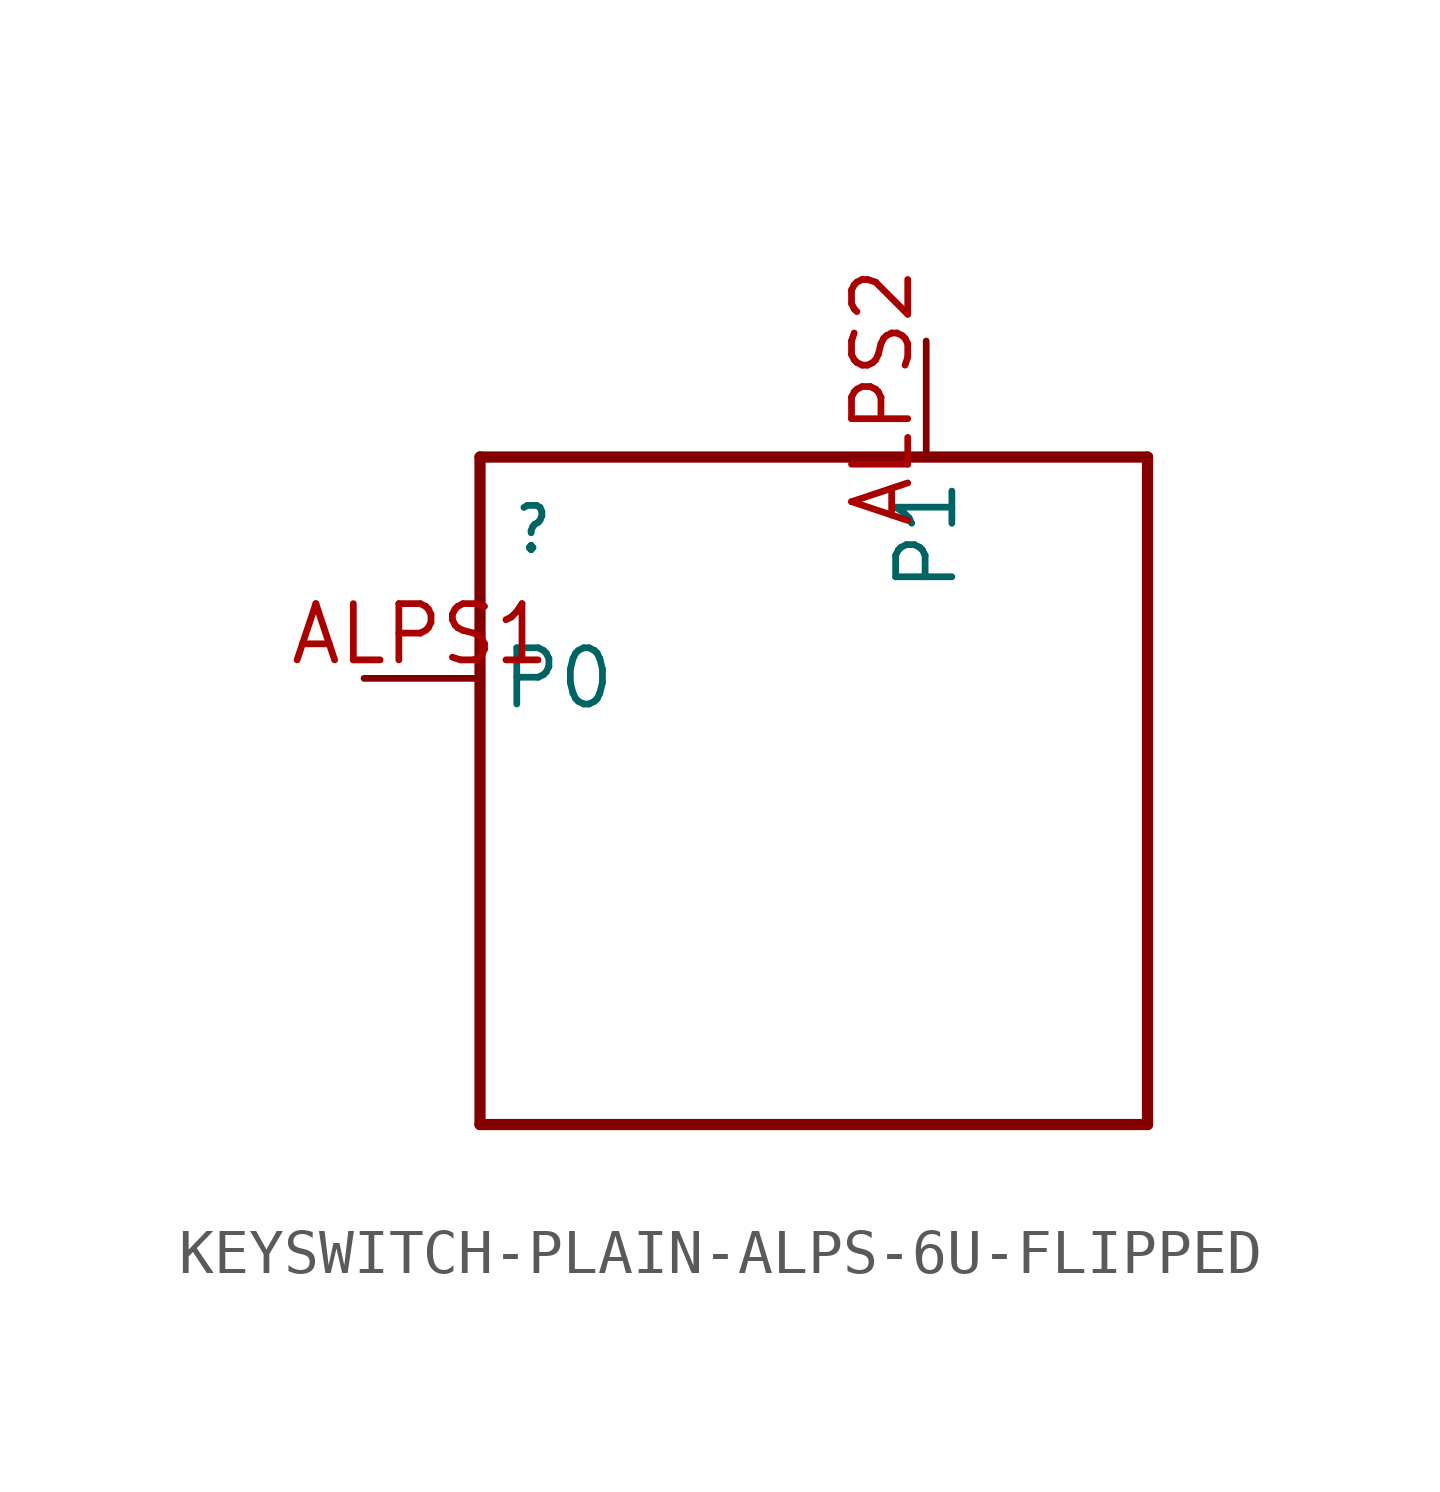
<source format=kicad_sym>
(kicad_symbol_lib
  (version 20211014)
  (generator kicad_symbol_editor)
  (symbol "KEYSWITCH-PLAIN-ALPS-6U-FLIPPED"
    (property "Reference" ""
      (at -6.81 5.318 0)
      (effects (font (size 1 0.85)) (justify left bottom)))
    (property "ki_locked" ""
      (at 0 0 0)
      (effects (font (size 1.27 1.27))))
    (symbol "KEYSWITCH-PLAIN-ALPS-6U-FLIPPED_1_0"
      (polyline (pts (xy -7.54 -7.54) (xy -7.54 7.54)) (stroke (width 0.254) (type default) (color 0 0 0 0)) (fill (type none)))
      (polyline (pts (xy -7.54 7.54) (xy 7.54 7.54)) (stroke (width 0.254) (type default) (color 0 0 0 0)) (fill (type none)))
      (polyline (pts (xy 7.54 -7.54) (xy -7.54 -7.54)) (stroke (width 0.254) (type default) (color 0 0 0 0)) (fill (type none)))
      (polyline (pts (xy 7.54 7.54) (xy 7.54 -7.54)) (stroke (width 0.254) (type default) (color 0 0 0 0)) (fill (type none)))
      (pin bidirectional line (at -10.16 2.54 0) (length 2.54) (name "P0" (effects (font (size 1.27 1.27)))) (number "ALPS1" (effects (font (size 1.27 1.27)))))
      (pin bidirectional line (at 2.54 10.16 270) (length 2.54) (name "P1" (effects (font (size 1.27 1.27)))) (number "ALPS2" (effects (font (size 1.27 1.27))))))))
</source>
